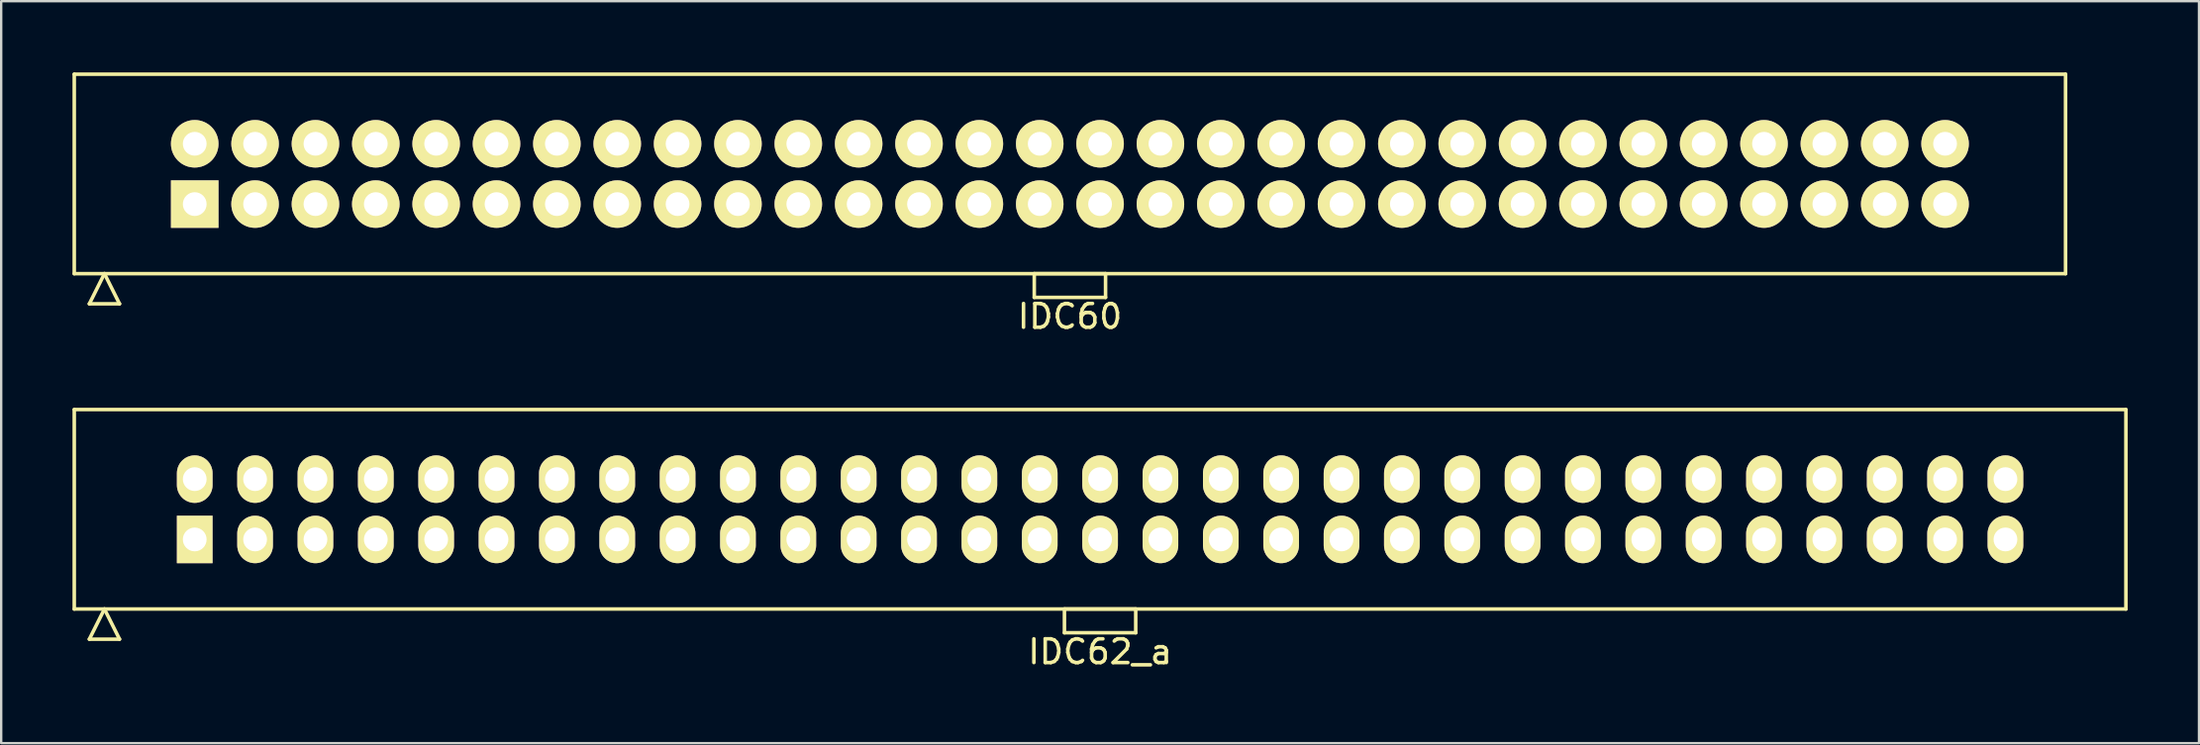
<source format=kicad_pcb>
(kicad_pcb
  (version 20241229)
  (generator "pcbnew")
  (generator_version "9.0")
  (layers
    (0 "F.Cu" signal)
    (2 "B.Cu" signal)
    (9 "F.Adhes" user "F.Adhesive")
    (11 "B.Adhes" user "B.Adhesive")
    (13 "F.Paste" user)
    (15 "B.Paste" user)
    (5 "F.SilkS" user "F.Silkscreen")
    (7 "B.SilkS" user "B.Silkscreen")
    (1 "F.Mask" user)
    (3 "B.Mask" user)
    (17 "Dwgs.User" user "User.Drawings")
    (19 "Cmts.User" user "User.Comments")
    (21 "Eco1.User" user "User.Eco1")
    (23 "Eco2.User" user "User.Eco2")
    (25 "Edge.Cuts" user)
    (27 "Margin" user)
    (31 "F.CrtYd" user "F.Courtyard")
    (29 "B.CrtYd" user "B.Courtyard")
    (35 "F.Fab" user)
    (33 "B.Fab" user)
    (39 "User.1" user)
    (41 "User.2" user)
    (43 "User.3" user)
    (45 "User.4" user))
  (footprint "IDC60"
    (layer "F.Cu")
    (at 41.975 4.275)
    (property "Reference" "IDC60" (at 0 6 0) (layer "F.SilkS") (effects (font (size 1 1) (thickness 0.15))))
    (attr through_hole)
    (fp_line (start -41.9 -4.2) (end -41.9 4.2) (stroke (width 0.15) (type solid)) (layer "F.SilkS"))
    (fp_line (start -41.9 4.2) (end 41.9 4.2) (stroke (width 0.15) (type solid)) (layer "F.SilkS"))
    (fp_line (start -41.265 5.47) (end -40.63 4.2) (stroke (width 0.15) (type solid)) (layer "F.SilkS"))
    (fp_line (start -41.265 5.47) (end -39.995 5.47) (stroke (width 0.15) (type solid)) (layer "F.SilkS"))
    (fp_line (start -39.995 5.47) (end -40.63 4.2) (stroke (width 0.15) (type solid)) (layer "F.SilkS"))
    (fp_line (start -1.5 4.2) (end -1.5 5.2) (stroke (width 0.15) (type solid)) (layer "F.SilkS"))
    (fp_line (start -1.5 5.2) (end 1.5 5.2) (stroke (width 0.15) (type solid)) (layer "F.SilkS"))
    (fp_line (start 1.5 4.2) (end -1.5 4.2) (stroke (width 0.15) (type solid)) (layer "F.SilkS"))
    (fp_line (start 1.5 5.2) (end 1.5 4.2) (stroke (width 0.15) (type solid)) (layer "F.SilkS"))
    (fp_line (start 41.9 -4.2) (end -41.9 -4.2) (stroke (width 0.15) (type solid)) (layer "F.SilkS"))
    (fp_line (start 41.9 4.2) (end 41.9 -4.2) (stroke (width 0.15) (type solid)) (layer "F.SilkS"))
    (pad "1" thru_hole rect (at -36.83 1.27) (size 2 2) (drill 1) (layers "*.Cu" "*.Mask" "F.SilkS"))
    (pad "2" thru_hole oval (at -36.83 -1.27) (size 2 2) (drill 1) (layers "*.Cu" "*.Mask" "F.SilkS"))
    (pad "3" thru_hole oval (at -34.29 1.27) (size 2 2) (drill 1) (layers "*.Cu" "*.Mask" "F.SilkS"))
    (pad "4" thru_hole oval (at -34.29 -1.27) (size 2 2) (drill 1) (layers "*.Cu" "*.Mask" "F.SilkS"))
    (pad "5" thru_hole oval (at -31.75 1.27) (size 2 2) (drill 1) (layers "*.Cu" "*.Mask" "F.SilkS"))
    (pad "6" thru_hole oval (at -31.75 -1.27) (size 2 2) (drill 1) (layers "*.Cu" "*.Mask" "F.SilkS"))
    (pad "7" thru_hole oval (at -29.21 1.27) (size 2 2) (drill 1) (layers "*.Cu" "*.Mask" "F.SilkS"))
    (pad "8" thru_hole oval (at -29.21 -1.27) (size 2 2) (drill 1) (layers "*.Cu" "*.Mask" "F.SilkS"))
    (pad "9" thru_hole oval (at -26.67 1.27) (size 2 2) (drill 1) (layers "*.Cu" "*.Mask" "F.SilkS"))
    (pad "10" thru_hole oval (at -26.67 -1.27) (size 2 2) (drill 1) (layers "*.Cu" "*.Mask" "F.SilkS"))
    (pad "11" thru_hole oval (at -24.13 1.27) (size 2 2) (drill 1) (layers "*.Cu" "*.Mask" "F.SilkS"))
    (pad "12" thru_hole oval (at -24.13 -1.27) (size 2 2) (drill 1) (layers "*.Cu" "*.Mask" "F.SilkS"))
    (pad "13" thru_hole oval (at -21.59 1.27) (size 2 2) (drill 1) (layers "*.Cu" "*.Mask" "F.SilkS"))
    (pad "14" thru_hole oval (at -21.59 -1.27) (size 2 2) (drill 1) (layers "*.Cu" "*.Mask" "F.SilkS"))
    (pad "15" thru_hole oval (at -19.05 1.27) (size 2 2) (drill 1) (layers "*.Cu" "*.Mask" "F.SilkS"))
    (pad "16" thru_hole oval (at -19.05 -1.27) (size 2 2) (drill 1) (layers "*.Cu" "*.Mask" "F.SilkS"))
    (pad "17" thru_hole oval (at -16.51 1.27) (size 2 2) (drill 1) (layers "*.Cu" "*.Mask" "F.SilkS"))
    (pad "18" thru_hole oval (at -16.51 -1.27) (size 2 2) (drill 1) (layers "*.Cu" "*.Mask" "F.SilkS"))
    (pad "19" thru_hole oval (at -13.97 1.27) (size 2 2) (drill 1) (layers "*.Cu" "*.Mask" "F.SilkS"))
    (pad "20" thru_hole oval (at -13.97 -1.27) (size 2 2) (drill 1) (layers "*.Cu" "*.Mask" "F.SilkS"))
    (pad "21" thru_hole oval (at -11.43 1.27) (size 2 2) (drill 1) (layers "*.Cu" "*.Mask" "F.SilkS"))
    (pad "22" thru_hole oval (at -11.43 -1.27) (size 2 2) (drill 1) (layers "*.Cu" "*.Mask" "F.SilkS"))
    (pad "23" thru_hole oval (at -8.89 1.27) (size 2 2) (drill 1) (layers "*.Cu" "*.Mask" "F.SilkS"))
    (pad "24" thru_hole oval (at -8.89 -1.27) (size 2 2) (drill 1) (layers "*.Cu" "*.Mask" "F.SilkS"))
    (pad "25" thru_hole oval (at -6.35 1.27) (size 2 2) (drill 1) (layers "*.Cu" "*.Mask" "F.SilkS"))
    (pad "26" thru_hole oval (at -6.35 -1.27) (size 2 2) (drill 1) (layers "*.Cu" "*.Mask" "F.SilkS"))
    (pad "27" thru_hole oval (at -3.81 1.27) (size 2 2) (drill 1) (layers "*.Cu" "*.Mask" "F.SilkS"))
    (pad "28" thru_hole oval (at -3.81 -1.27) (size 2 2) (drill 1) (layers "*.Cu" "*.Mask" "F.SilkS"))
    (pad "29" thru_hole oval (at -1.27 1.27) (size 2 2) (drill 1) (layers "*.Cu" "*.Mask" "F.SilkS"))
    (pad "30" thru_hole oval (at -1.27 -1.27) (size 2 2) (drill 1) (layers "*.Cu" "*.Mask" "F.SilkS"))
    (pad "31" thru_hole oval (at 1.27 1.27) (size 2 2) (drill 1) (layers "*.Cu" "*.Mask" "F.SilkS"))
    (pad "32" thru_hole oval (at 1.27 -1.27) (size 2 2) (drill 1) (layers "*.Cu" "*.Mask" "F.SilkS"))
    (pad "33" thru_hole oval (at 3.81 1.27) (size 2 2) (drill 1) (layers "*.Cu" "*.Mask" "F.SilkS"))
    (pad "34" thru_hole oval (at 3.81 -1.27) (size 2 2) (drill 1) (layers "*.Cu" "*.Mask" "F.SilkS"))
    (pad "35" thru_hole oval (at 6.35 1.27) (size 2 2) (drill 1) (layers "*.Cu" "*.Mask" "F.SilkS"))
    (pad "36" thru_hole oval (at 6.35 -1.27) (size 2 2) (drill 1) (layers "*.Cu" "*.Mask" "F.SilkS"))
    (pad "37" thru_hole oval (at 8.89 1.27) (size 2 2) (drill 1) (layers "*.Cu" "*.Mask" "F.SilkS"))
    (pad "38" thru_hole oval (at 8.89 -1.27) (size 2 2) (drill 1) (layers "*.Cu" "*.Mask" "F.SilkS"))
    (pad "39" thru_hole oval (at 11.43 1.27) (size 2 2) (drill 1) (layers "*.Cu" "*.Mask" "F.SilkS"))
    (pad "40" thru_hole oval (at 11.43 -1.27) (size 2 2) (drill 1) (layers "*.Cu" "*.Mask" "F.SilkS"))
    (pad "41" thru_hole oval (at 13.97 1.27) (size 2 2) (drill 1) (layers "*.Cu" "*.Mask" "F.SilkS"))
    (pad "42" thru_hole oval (at 13.97 -1.27) (size 2 2) (drill 1) (layers "*.Cu" "*.Mask" "F.SilkS"))
    (pad "43" thru_hole oval (at 16.51 1.27) (size 2 2) (drill 1) (layers "*.Cu" "*.Mask" "F.SilkS"))
    (pad "44" thru_hole oval (at 16.51 -1.27) (size 2 2) (drill 1) (layers "*.Cu" "*.Mask" "F.SilkS"))
    (pad "45" thru_hole oval (at 19.05 1.27) (size 2 2) (drill 1) (layers "*.Cu" "*.Mask" "F.SilkS"))
    (pad "46" thru_hole oval (at 19.05 -1.27) (size 2 2) (drill 1) (layers "*.Cu" "*.Mask" "F.SilkS"))
    (pad "47" thru_hole oval (at 21.59 1.27) (size 2 2) (drill 1) (layers "*.Cu" "*.Mask" "F.SilkS"))
    (pad "48" thru_hole oval (at 21.59 -1.27) (size 2 2) (drill 1) (layers "*.Cu" "*.Mask" "F.SilkS"))
    (pad "49" thru_hole oval (at 24.13 1.27) (size 2 2) (drill 1) (layers "*.Cu" "*.Mask" "F.SilkS"))
    (pad "50" thru_hole oval (at 24.13 -1.27) (size 2 2) (drill 1) (layers "*.Cu" "*.Mask" "F.SilkS"))
    (pad "51" thru_hole oval (at 26.67 1.27) (size 2 2) (drill 1) (layers "*.Cu" "*.Mask" "F.SilkS"))
    (pad "52" thru_hole oval (at 26.67 -1.27) (size 2 2) (drill 1) (layers "*.Cu" "*.Mask" "F.SilkS"))
    (pad "53" thru_hole oval (at 29.21 1.27) (size 2 2) (drill 1) (layers "*.Cu" "*.Mask" "F.SilkS"))
    (pad "54" thru_hole oval (at 29.21 -1.27) (size 2 2) (drill 1) (layers "*.Cu" "*.Mask" "F.SilkS"))
    (pad "55" thru_hole oval (at 31.75 1.27) (size 2 2) (drill 1) (layers "*.Cu" "*.Mask" "F.SilkS"))
    (pad "56" thru_hole oval (at 31.75 -1.27) (size 2 2) (drill 1) (layers "*.Cu" "*.Mask" "F.SilkS"))
    (pad "57" thru_hole oval (at 34.29 1.27) (size 2 2) (drill 1) (layers "*.Cu" "*.Mask" "F.SilkS"))
    (pad "58" thru_hole oval (at 34.29 -1.27) (size 2 2) (drill 1) (layers "*.Cu" "*.Mask" "F.SilkS"))
    (pad "59" thru_hole oval (at 36.83 1.27) (size 2 2) (drill 1) (layers "*.Cu" "*.Mask" "F.SilkS"))
    (pad "60" thru_hole oval (at 36.83 -1.27) (size 2 2) (drill 1) (layers "*.Cu" "*.Mask" "F.SilkS")))
  (footprint "IDC62_a"
    (layer "F.Cu")
    (at 43.245 18.398)
    (property "Reference" "IDC62_a" (at 0 6 0) (layer "F.SilkS") (effects (font (size 1 1) (thickness 0.15))))
    (attr through_hole)
    (fp_line (start -43.17 -4.2) (end -43.17 4.2) (stroke (width 0.15) (type solid)) (layer "F.SilkS"))
    (fp_line (start -43.17 4.2) (end 43.17 4.2) (stroke (width 0.15) (type solid)) (layer "F.SilkS"))
    (fp_line (start -42.535 5.47) (end -41.9 4.2) (stroke (width 0.15) (type solid)) (layer "F.SilkS"))
    (fp_line (start -42.535 5.47) (end -41.265 5.47) (stroke (width 0.15) (type solid)) (layer "F.SilkS"))
    (fp_line (start -41.265 5.47) (end -41.9 4.2) (stroke (width 0.15) (type solid)) (layer "F.SilkS"))
    (fp_line (start -1.5 4.2) (end -1.5 5.2) (stroke (width 0.15) (type solid)) (layer "F.SilkS"))
    (fp_line (start -1.5 5.2) (end 1.5 5.2) (stroke (width 0.15) (type solid)) (layer "F.SilkS"))
    (fp_line (start 1.5 4.2) (end -1.5 4.2) (stroke (width 0.15) (type solid)) (layer "F.SilkS"))
    (fp_line (start 1.5 5.2) (end 1.5 4.2) (stroke (width 0.15) (type solid)) (layer "F.SilkS"))
    (fp_line (start 43.17 -4.2) (end -43.17 -4.2) (stroke (width 0.15) (type solid)) (layer "F.SilkS"))
    (fp_line (start 43.17 4.2) (end 43.17 -4.2) (stroke (width 0.15) (type solid)) (layer "F.SilkS"))
    (pad "1" thru_hole rect (at -38.1 1.27) (size 1.5 2) (drill 1) (layers "*.Cu" "*.Mask" "F.SilkS"))
    (pad "2" thru_hole oval (at -38.1 -1.27) (size 1.5 2) (drill 1) (layers "*.Cu" "*.Mask" "F.SilkS"))
    (pad "3" thru_hole oval (at -35.56 1.27) (size 1.5 2) (drill 1) (layers "*.Cu" "*.Mask" "F.SilkS"))
    (pad "4" thru_hole oval (at -35.56 -1.27) (size 1.5 2) (drill 1) (layers "*.Cu" "*.Mask" "F.SilkS"))
    (pad "5" thru_hole oval (at -33.02 1.27) (size 1.5 2) (drill 1) (layers "*.Cu" "*.Mask" "F.SilkS"))
    (pad "6" thru_hole oval (at -33.02 -1.27) (size 1.5 2) (drill 1) (layers "*.Cu" "*.Mask" "F.SilkS"))
    (pad "7" thru_hole oval (at -30.48 1.27) (size 1.5 2) (drill 1) (layers "*.Cu" "*.Mask" "F.SilkS"))
    (pad "8" thru_hole oval (at -30.48 -1.27) (size 1.5 2) (drill 1) (layers "*.Cu" "*.Mask" "F.SilkS"))
    (pad "9" thru_hole oval (at -27.94 1.27) (size 1.5 2) (drill 1) (layers "*.Cu" "*.Mask" "F.SilkS"))
    (pad "10" thru_hole oval (at -27.94 -1.27) (size 1.5 2) (drill 1) (layers "*.Cu" "*.Mask" "F.SilkS"))
    (pad "11" thru_hole oval (at -25.4 1.27) (size 1.5 2) (drill 1) (layers "*.Cu" "*.Mask" "F.SilkS"))
    (pad "12" thru_hole oval (at -25.4 -1.27) (size 1.5 2) (drill 1) (layers "*.Cu" "*.Mask" "F.SilkS"))
    (pad "13" thru_hole oval (at -22.86 1.27) (size 1.5 2) (drill 1) (layers "*.Cu" "*.Mask" "F.SilkS"))
    (pad "14" thru_hole oval (at -22.86 -1.27) (size 1.5 2) (drill 1) (layers "*.Cu" "*.Mask" "F.SilkS"))
    (pad "15" thru_hole oval (at -20.32 1.27) (size 1.5 2) (drill 1) (layers "*.Cu" "*.Mask" "F.SilkS"))
    (pad "16" thru_hole oval (at -20.32 -1.27) (size 1.5 2) (drill 1) (layers "*.Cu" "*.Mask" "F.SilkS"))
    (pad "17" thru_hole oval (at -17.78 1.27) (size 1.5 2) (drill 1) (layers "*.Cu" "*.Mask" "F.SilkS"))
    (pad "18" thru_hole oval (at -17.78 -1.27) (size 1.5 2) (drill 1) (layers "*.Cu" "*.Mask" "F.SilkS"))
    (pad "19" thru_hole oval (at -15.24 1.27) (size 1.5 2) (drill 1) (layers "*.Cu" "*.Mask" "F.SilkS"))
    (pad "20" thru_hole oval (at -15.24 -1.27) (size 1.5 2) (drill 1) (layers "*.Cu" "*.Mask" "F.SilkS"))
    (pad "21" thru_hole oval (at -12.7 1.27) (size 1.5 2) (drill 1) (layers "*.Cu" "*.Mask" "F.SilkS"))
    (pad "22" thru_hole oval (at -12.7 -1.27) (size 1.5 2) (drill 1) (layers "*.Cu" "*.Mask" "F.SilkS"))
    (pad "23" thru_hole oval (at -10.16 1.27) (size 1.5 2) (drill 1) (layers "*.Cu" "*.Mask" "F.SilkS"))
    (pad "24" thru_hole oval (at -10.16 -1.27) (size 1.5 2) (drill 1) (layers "*.Cu" "*.Mask" "F.SilkS"))
    (pad "25" thru_hole oval (at -7.62 1.27) (size 1.5 2) (drill 1) (layers "*.Cu" "*.Mask" "F.SilkS"))
    (pad "26" thru_hole oval (at -7.62 -1.27) (size 1.5 2) (drill 1) (layers "*.Cu" "*.Mask" "F.SilkS"))
    (pad "27" thru_hole oval (at -5.08 1.27) (size 1.5 2) (drill 1) (layers "*.Cu" "*.Mask" "F.SilkS"))
    (pad "28" thru_hole oval (at -5.08 -1.27) (size 1.5 2) (drill 1) (layers "*.Cu" "*.Mask" "F.SilkS"))
    (pad "29" thru_hole oval (at -2.54 1.27) (size 1.5 2) (drill 1) (layers "*.Cu" "*.Mask" "F.SilkS"))
    (pad "30" thru_hole oval (at -2.54 -1.27) (size 1.5 2) (drill 1) (layers "*.Cu" "*.Mask" "F.SilkS"))
    (pad "31" thru_hole oval (at 0 1.27) (size 1.5 2) (drill 1) (layers "*.Cu" "*.Mask" "F.SilkS"))
    (pad "32" thru_hole oval (at 0 -1.27) (size 1.5 2) (drill 1) (layers "*.Cu" "*.Mask" "F.SilkS"))
    (pad "33" thru_hole oval (at 2.54 1.27) (size 1.5 2) (drill 1) (layers "*.Cu" "*.Mask" "F.SilkS"))
    (pad "34" thru_hole oval (at 2.54 -1.27) (size 1.5 2) (drill 1) (layers "*.Cu" "*.Mask" "F.SilkS"))
    (pad "35" thru_hole oval (at 5.08 1.27) (size 1.5 2) (drill 1) (layers "*.Cu" "*.Mask" "F.SilkS"))
    (pad "36" thru_hole oval (at 5.08 -1.27) (size 1.5 2) (drill 1) (layers "*.Cu" "*.Mask" "F.SilkS"))
    (pad "37" thru_hole oval (at 7.62 1.27) (size 1.5 2) (drill 1) (layers "*.Cu" "*.Mask" "F.SilkS"))
    (pad "38" thru_hole oval (at 7.62 -1.27) (size 1.5 2) (drill 1) (layers "*.Cu" "*.Mask" "F.SilkS"))
    (pad "39" thru_hole oval (at 10.16 1.27) (size 1.5 2) (drill 1) (layers "*.Cu" "*.Mask" "F.SilkS"))
    (pad "40" thru_hole oval (at 10.16 -1.27) (size 1.5 2) (drill 1) (layers "*.Cu" "*.Mask" "F.SilkS"))
    (pad "41" thru_hole oval (at 12.7 1.27) (size 1.5 2) (drill 1) (layers "*.Cu" "*.Mask" "F.SilkS"))
    (pad "42" thru_hole oval (at 12.7 -1.27) (size 1.5 2) (drill 1) (layers "*.Cu" "*.Mask" "F.SilkS"))
    (pad "43" thru_hole oval (at 15.24 1.27) (size 1.5 2) (drill 1) (layers "*.Cu" "*.Mask" "F.SilkS"))
    (pad "44" thru_hole oval (at 15.24 -1.27) (size 1.5 2) (drill 1) (layers "*.Cu" "*.Mask" "F.SilkS"))
    (pad "45" thru_hole oval (at 17.78 1.27) (size 1.5 2) (drill 1) (layers "*.Cu" "*.Mask" "F.SilkS"))
    (pad "46" thru_hole oval (at 17.78 -1.27) (size 1.5 2) (drill 1) (layers "*.Cu" "*.Mask" "F.SilkS"))
    (pad "47" thru_hole oval (at 20.32 1.27) (size 1.5 2) (drill 1) (layers "*.Cu" "*.Mask" "F.SilkS"))
    (pad "48" thru_hole oval (at 20.32 -1.27) (size 1.5 2) (drill 1) (layers "*.Cu" "*.Mask" "F.SilkS"))
    (pad "49" thru_hole oval (at 22.86 1.27) (size 1.5 2) (drill 1) (layers "*.Cu" "*.Mask" "F.SilkS"))
    (pad "50" thru_hole oval (at 22.86 -1.27) (size 1.5 2) (drill 1) (layers "*.Cu" "*.Mask" "F.SilkS"))
    (pad "51" thru_hole oval (at 25.4 1.27) (size 1.5 2) (drill 1) (layers "*.Cu" "*.Mask" "F.SilkS"))
    (pad "52" thru_hole oval (at 25.4 -1.27) (size 1.5 2) (drill 1) (layers "*.Cu" "*.Mask" "F.SilkS"))
    (pad "53" thru_hole oval (at 27.94 1.27) (size 1.5 2) (drill 1) (layers "*.Cu" "*.Mask" "F.SilkS"))
    (pad "54" thru_hole oval (at 27.94 -1.27) (size 1.5 2) (drill 1) (layers "*.Cu" "*.Mask" "F.SilkS"))
    (pad "55" thru_hole oval (at 30.48 1.27) (size 1.5 2) (drill 1) (layers "*.Cu" "*.Mask" "F.SilkS"))
    (pad "56" thru_hole oval (at 30.48 -1.27) (size 1.5 2) (drill 1) (layers "*.Cu" "*.Mask" "F.SilkS"))
    (pad "57" thru_hole oval (at 33.02 1.27) (size 1.5 2) (drill 1) (layers "*.Cu" "*.Mask" "F.SilkS"))
    (pad "58" thru_hole oval (at 33.02 -1.27) (size 1.5 2) (drill 1) (layers "*.Cu" "*.Mask" "F.SilkS"))
    (pad "59" thru_hole oval (at 35.56 1.27) (size 1.5 2) (drill 1) (layers "*.Cu" "*.Mask" "F.SilkS"))
    (pad "60" thru_hole oval (at 35.56 -1.27) (size 1.5 2) (drill 1) (layers "*.Cu" "*.Mask" "F.SilkS"))
    (pad "61" thru_hole oval (at 38.1 1.27) (size 1.5 2) (drill 1) (layers "*.Cu" "*.Mask" "F.SilkS"))
    (pad "62" thru_hole oval (at 38.1 -1.27) (size 1.5 2) (drill 1) (layers "*.Cu" "*.Mask" "F.SilkS")))
  (gr_rect
    (start -3 -3)
    (end 89.49 28.247)
    (stroke (width 0.1) (type default))
    (fill no)
    (layer "Edge.Cuts")))
</source>
